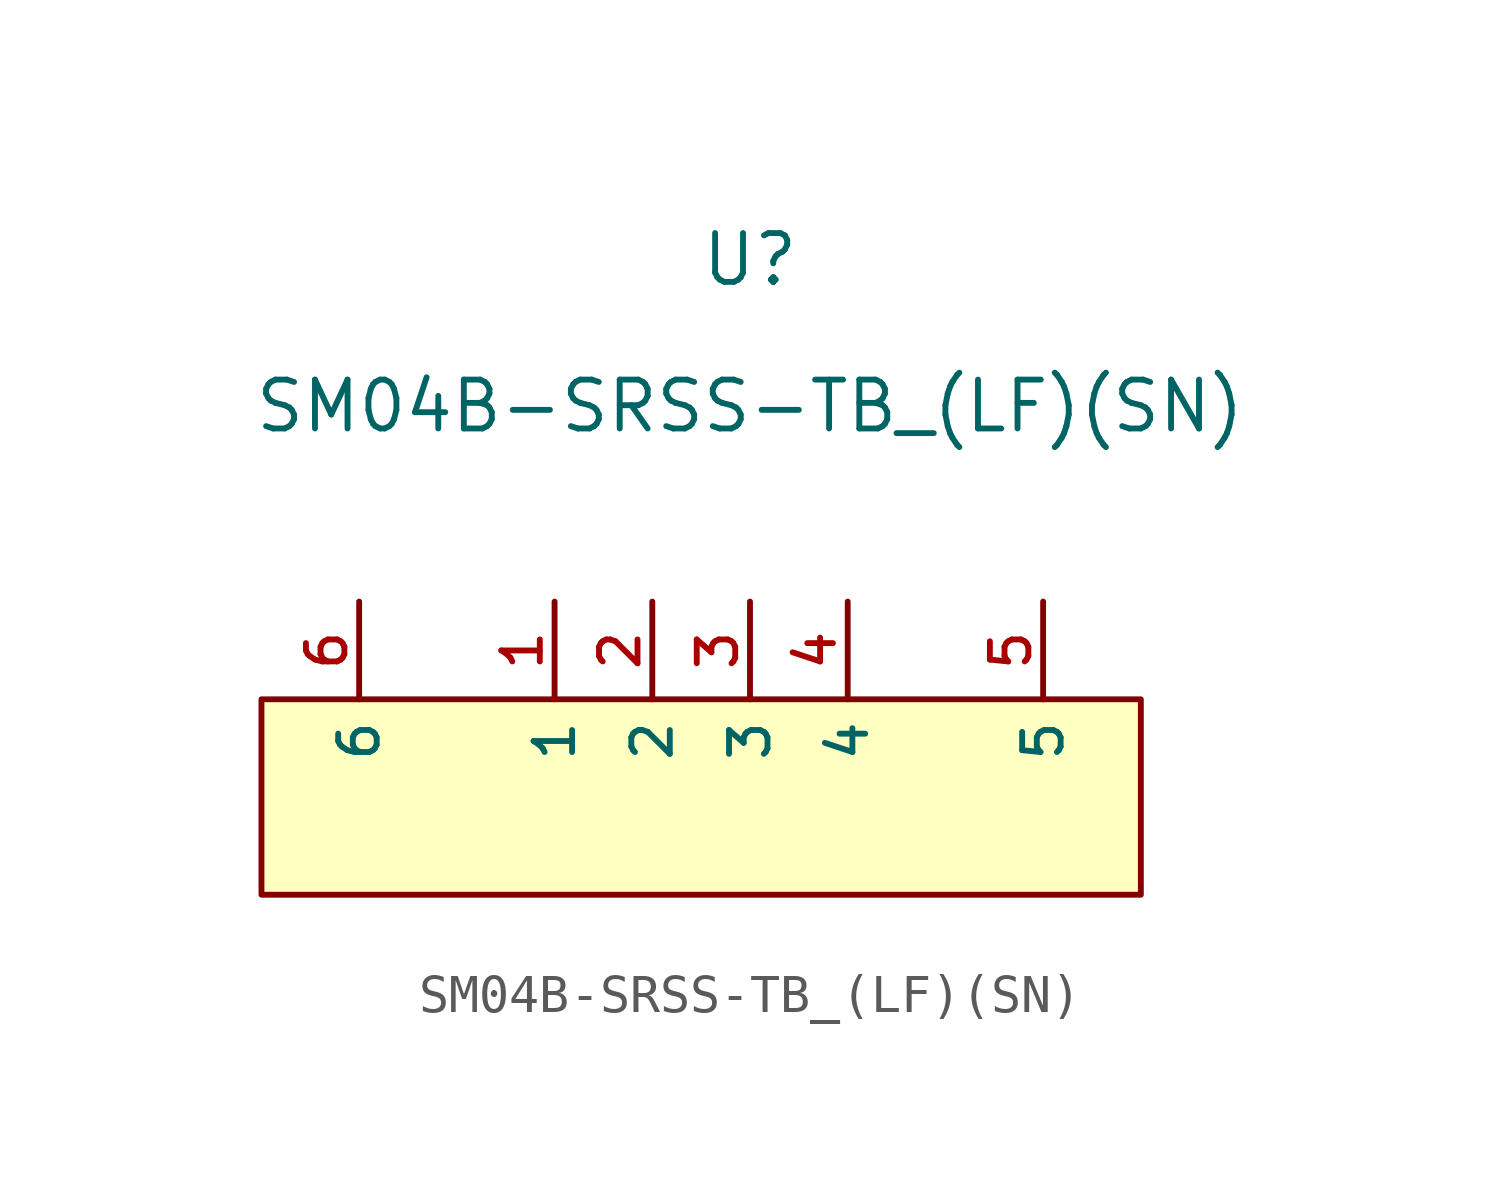
<source format=kicad_sym>
(kicad_symbol_lib
  (version 20211014)
  (generator kicad_symbol_editor)
  (symbol "SM04B-SRSS-TB_(LF)(SN)"
    (property "Reference" "U"
      (at 0 1.27 0)
      (effects (font (size 1.27 1.27))))
    (property "Value" "SM04B-SRSS-TB_(LF)(SN)"
      (at 0 -2.54 0)
      (effects (font (size 1.27 1.27))))
    (symbol "SM04B-SRSS-TB_(LF)(SN)_0_0"
      (rectangle (start -12.7 -10.16) (end 10.16 -15.24) (stroke (width 0) (type default) (color 0 0 0 0)) (fill (type background)))
      (pin unspecified line (at -5.08 -7.62 270) (length 2.54) (name "1" (effects (font (size 1 1)))) (number "1" (effects (font (size 1 1)))))
      (pin unspecified line (at -2.54 -7.62 270) (length 2.54) (name "2" (effects (font (size 1 1)))) (number "2" (effects (font (size 1 1)))))
      (pin unspecified line (at 0 -7.62 270) (length 2.54) (name "3" (effects (font (size 1 1)))) (number "3" (effects (font (size 1 1)))))
      (pin unspecified line (at 2.54 -7.62 270) (length 2.54) (name "4" (effects (font (size 1 1)))) (number "4" (effects (font (size 1 1)))))
      (pin unspecified line (at 7.62 -7.62 270) (length 2.54) (name "5" (effects (font (size 1 1)))) (number "5" (effects (font (size 1 1)))))
      (pin unspecified line (at -10.16 -7.62 270) (length 2.54) (name "6" (effects (font (size 1 1)))) (number "6" (effects (font (size 1 1))))))))
</source>
